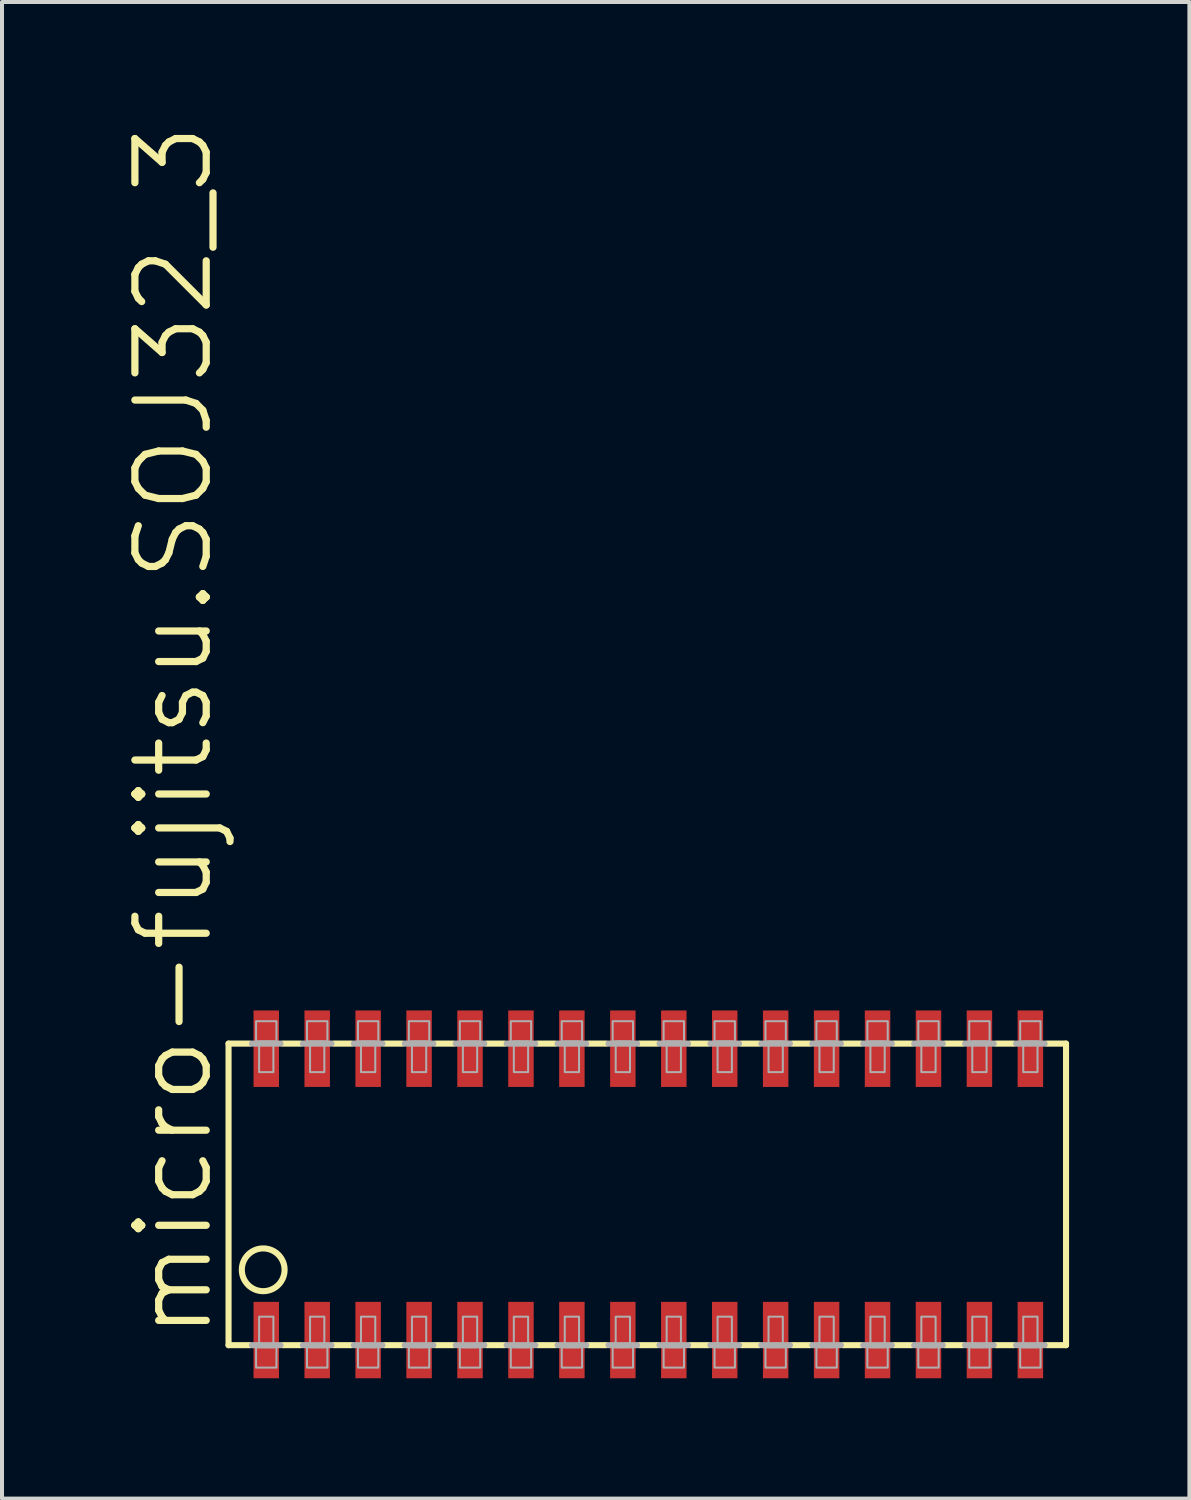
<source format=kicad_pcb>
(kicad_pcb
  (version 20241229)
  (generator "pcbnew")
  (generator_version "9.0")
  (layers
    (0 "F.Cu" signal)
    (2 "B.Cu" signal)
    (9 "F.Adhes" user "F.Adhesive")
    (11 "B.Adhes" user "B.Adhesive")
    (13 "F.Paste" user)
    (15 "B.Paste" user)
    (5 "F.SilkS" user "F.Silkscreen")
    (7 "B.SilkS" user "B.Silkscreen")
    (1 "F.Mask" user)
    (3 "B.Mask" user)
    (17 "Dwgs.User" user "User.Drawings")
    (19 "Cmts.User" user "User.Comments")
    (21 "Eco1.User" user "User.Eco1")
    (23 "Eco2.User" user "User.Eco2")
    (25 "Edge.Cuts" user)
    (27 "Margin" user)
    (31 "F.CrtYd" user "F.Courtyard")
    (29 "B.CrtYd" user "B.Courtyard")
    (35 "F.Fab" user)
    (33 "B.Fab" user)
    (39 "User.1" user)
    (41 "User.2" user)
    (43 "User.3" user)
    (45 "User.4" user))
  (footprint "micro-fujitsu.SOJ32_3"
    (layer "F.Cu")
    (at 13.113 26.727)
    (property "Reference" "micro-fujitsu.SOJ32_3" (at -10.795 3.683 90) (layer "F.SilkS") (effects (font (size 1.778 1.778) (thickness 0.18)) (justify left bottom)))
    (attr smd)
    (fp_line (start -10.465 -3.759) (end -10.465 3.759) (stroke (width 0.152) (type default)) (layer "F.SilkS"))
    (fp_line (start -10.465 -3.759) (end -9.931 -3.759) (stroke (width 0.152) (type default)) (layer "F.SilkS"))
    (fp_line (start -10.465 3.759) (end -9.931 3.759) (stroke (width 0.152) (type default)) (layer "F.SilkS"))
    (fp_line (start -9.119 -3.759) (end -8.661 -3.759) (stroke (width 0.152) (type default)) (layer "F.SilkS"))
    (fp_line (start -8.661 3.759) (end -9.119 3.759) (stroke (width 0.152) (type default)) (layer "F.SilkS"))
    (fp_line (start -7.849 -3.759) (end -7.391 -3.759) (stroke (width 0.152) (type default)) (layer "F.SilkS"))
    (fp_line (start -7.391 3.759) (end -7.849 3.759) (stroke (width 0.152) (type default)) (layer "F.SilkS"))
    (fp_line (start -6.579 -3.759) (end -6.121 -3.759) (stroke (width 0.152) (type default)) (layer "F.SilkS"))
    (fp_line (start -6.121 3.759) (end -6.579 3.759) (stroke (width 0.152) (type default)) (layer "F.SilkS"))
    (fp_line (start -5.309 -3.759) (end -4.851 -3.759) (stroke (width 0.152) (type default)) (layer "F.SilkS"))
    (fp_line (start -4.851 3.759) (end -5.309 3.759) (stroke (width 0.152) (type default)) (layer "F.SilkS"))
    (fp_line (start -4.039 -3.759) (end -3.581 -3.759) (stroke (width 0.152) (type default)) (layer "F.SilkS"))
    (fp_line (start -3.581 3.759) (end -4.039 3.759) (stroke (width 0.152) (type default)) (layer "F.SilkS"))
    (fp_line (start -2.769 -3.759) (end -2.311 -3.759) (stroke (width 0.152) (type default)) (layer "F.SilkS"))
    (fp_line (start -2.311 3.759) (end -2.769 3.759) (stroke (width 0.152) (type default)) (layer "F.SilkS"))
    (fp_line (start -1.499 -3.759) (end -1.041 -3.759) (stroke (width 0.152) (type default)) (layer "F.SilkS"))
    (fp_line (start -1.041 3.759) (end -1.499 3.759) (stroke (width 0.152) (type default)) (layer "F.SilkS"))
    (fp_line (start -0.229 -3.759) (end 0.229 -3.759) (stroke (width 0.152) (type default)) (layer "F.SilkS"))
    (fp_line (start 0.229 3.759) (end -0.229 3.759) (stroke (width 0.152) (type default)) (layer "F.SilkS"))
    (fp_line (start 1.041 -3.759) (end 1.499 -3.759) (stroke (width 0.152) (type default)) (layer "F.SilkS"))
    (fp_line (start 1.499 3.759) (end 1.041 3.759) (stroke (width 0.152) (type default)) (layer "F.SilkS"))
    (fp_line (start 2.311 -3.759) (end 2.769 -3.759) (stroke (width 0.152) (type default)) (layer "F.SilkS"))
    (fp_line (start 2.769 3.759) (end 2.311 3.759) (stroke (width 0.152) (type default)) (layer "F.SilkS"))
    (fp_line (start 3.581 -3.759) (end 4.039 -3.759) (stroke (width 0.152) (type default)) (layer "F.SilkS"))
    (fp_line (start 4.039 3.759) (end 3.581 3.759) (stroke (width 0.152) (type default)) (layer "F.SilkS"))
    (fp_line (start 4.851 -3.759) (end 5.309 -3.759) (stroke (width 0.152) (type default)) (layer "F.SilkS"))
    (fp_line (start 5.309 3.759) (end 4.851 3.759) (stroke (width 0.152) (type default)) (layer "F.SilkS"))
    (fp_line (start 6.121 -3.759) (end 6.579 -3.759) (stroke (width 0.152) (type default)) (layer "F.SilkS"))
    (fp_line (start 6.579 3.759) (end 6.121 3.759) (stroke (width 0.152) (type default)) (layer "F.SilkS"))
    (fp_line (start 7.391 -3.759) (end 7.849 -3.759) (stroke (width 0.152) (type default)) (layer "F.SilkS"))
    (fp_line (start 7.849 3.759) (end 7.391 3.759) (stroke (width 0.152) (type default)) (layer "F.SilkS"))
    (fp_line (start 8.661 -3.759) (end 9.119 -3.759) (stroke (width 0.152) (type default)) (layer "F.SilkS"))
    (fp_line (start 9.119 3.759) (end 8.661 3.759) (stroke (width 0.152) (type default)) (layer "F.SilkS"))
    (fp_line (start 10.414 -3.759) (end 9.931 -3.759) (stroke (width 0.152) (type default)) (layer "F.SilkS"))
    (fp_line (start 10.414 3.759) (end 9.931 3.759) (stroke (width 0.152) (type default)) (layer "F.SilkS"))
    (fp_line (start 10.414 3.759) (end 10.414 -3.759) (stroke (width 0.152) (type default)) (layer "F.SilkS"))
    (fp_circle (center -9.601 1.88) (end -9.068 1.88) (stroke (width 0.152) (type default)) (fill no) (layer "F.SilkS"))
    (fp_line (start -9.881 -3.759) (end -9.169 -3.759) (stroke (width 0.152) (type default)) (layer "F.Fab"))
    (fp_line (start -9.881 3.759) (end -9.169 3.759) (stroke (width 0.152) (type default)) (layer "F.Fab"))
    (fp_line (start -8.611 -3.759) (end -7.899 -3.759) (stroke (width 0.152) (type default)) (layer "F.Fab"))
    (fp_line (start -7.899 3.759) (end -8.611 3.759) (stroke (width 0.152) (type default)) (layer "F.Fab"))
    (fp_line (start -7.341 -3.759) (end -6.629 -3.759) (stroke (width 0.152) (type default)) (layer "F.Fab"))
    (fp_line (start -6.629 3.759) (end -7.341 3.759) (stroke (width 0.152) (type default)) (layer "F.Fab"))
    (fp_line (start -6.071 -3.759) (end -5.359 -3.759) (stroke (width 0.152) (type default)) (layer "F.Fab"))
    (fp_line (start -5.359 3.759) (end -6.071 3.759) (stroke (width 0.152) (type default)) (layer "F.Fab"))
    (fp_line (start -4.801 -3.759) (end -4.089 -3.759) (stroke (width 0.152) (type default)) (layer "F.Fab"))
    (fp_line (start -4.089 3.759) (end -4.801 3.759) (stroke (width 0.152) (type default)) (layer "F.Fab"))
    (fp_line (start -3.531 -3.759) (end -2.819 -3.759) (stroke (width 0.152) (type default)) (layer "F.Fab"))
    (fp_line (start -2.819 3.759) (end -3.531 3.759) (stroke (width 0.152) (type default)) (layer "F.Fab"))
    (fp_line (start -2.261 -3.759) (end -1.549 -3.759) (stroke (width 0.152) (type default)) (layer "F.Fab"))
    (fp_line (start -1.549 3.759) (end -2.261 3.759) (stroke (width 0.152) (type default)) (layer "F.Fab"))
    (fp_line (start -0.991 -3.759) (end -0.279 -3.759) (stroke (width 0.152) (type default)) (layer "F.Fab"))
    (fp_line (start -0.279 3.759) (end -0.991 3.759) (stroke (width 0.152) (type default)) (layer "F.Fab"))
    (fp_line (start 0.279 -3.759) (end 0.991 -3.759) (stroke (width 0.152) (type default)) (layer "F.Fab"))
    (fp_line (start 0.991 3.759) (end 0.279 3.759) (stroke (width 0.152) (type default)) (layer "F.Fab"))
    (fp_line (start 1.549 -3.759) (end 2.261 -3.759) (stroke (width 0.152) (type default)) (layer "F.Fab"))
    (fp_line (start 2.261 3.759) (end 1.549 3.759) (stroke (width 0.152) (type default)) (layer "F.Fab"))
    (fp_line (start 2.819 -3.759) (end 3.531 -3.759) (stroke (width 0.152) (type default)) (layer "F.Fab"))
    (fp_line (start 3.531 3.759) (end 2.819 3.759) (stroke (width 0.152) (type default)) (layer "F.Fab"))
    (fp_line (start 4.089 -3.759) (end 4.801 -3.759) (stroke (width 0.152) (type default)) (layer "F.Fab"))
    (fp_line (start 4.801 3.759) (end 4.089 3.759) (stroke (width 0.152) (type default)) (layer "F.Fab"))
    (fp_line (start 5.359 -3.759) (end 6.071 -3.759) (stroke (width 0.152) (type default)) (layer "F.Fab"))
    (fp_line (start 6.071 3.759) (end 5.359 3.759) (stroke (width 0.152) (type default)) (layer "F.Fab"))
    (fp_line (start 6.629 -3.759) (end 7.341 -3.759) (stroke (width 0.152) (type default)) (layer "F.Fab"))
    (fp_line (start 7.341 3.759) (end 6.629 3.759) (stroke (width 0.152) (type default)) (layer "F.Fab"))
    (fp_line (start 7.899 -3.759) (end 8.611 -3.759) (stroke (width 0.152) (type default)) (layer "F.Fab"))
    (fp_line (start 8.611 3.759) (end 7.899 3.759) (stroke (width 0.152) (type default)) (layer "F.Fab"))
    (fp_line (start 9.881 -3.759) (end 9.169 -3.759) (stroke (width 0.152) (type default)) (layer "F.Fab"))
    (fp_line (start 9.881 3.759) (end 9.169 3.759) (stroke (width 0.152) (type default)) (layer "F.Fab"))
    (fp_rect (start -9.779 -3.81) (end -9.271 -4.318) (stroke (width 0.05) (type default)) (fill no) (layer "F.Fab"))
    (fp_rect (start -9.779 4.318) (end -9.271 3.81) (stroke (width 0.05) (type default)) (fill no) (layer "F.Fab"))
    (fp_rect (start -9.703 -3.048) (end -9.347 -3.81) (stroke (width 0.05) (type default)) (fill no) (layer "F.Fab"))
    (fp_rect (start -9.703 3.81) (end -9.347 3.048) (stroke (width 0.05) (type default)) (fill no) (layer "F.Fab"))
    (fp_rect (start -8.509 -3.81) (end -8.001 -4.318) (stroke (width 0.05) (type default)) (fill no) (layer "F.Fab"))
    (fp_rect (start -8.509 4.318) (end -8.001 3.81) (stroke (width 0.05) (type default)) (fill no) (layer "F.Fab"))
    (fp_rect (start -8.433 -3.048) (end -8.077 -3.81) (stroke (width 0.05) (type default)) (fill no) (layer "F.Fab"))
    (fp_rect (start -8.433 3.81) (end -8.077 3.048) (stroke (width 0.05) (type default)) (fill no) (layer "F.Fab"))
    (fp_rect (start -7.239 -3.81) (end -6.731 -4.318) (stroke (width 0.05) (type default)) (fill no) (layer "F.Fab"))
    (fp_rect (start -7.239 4.318) (end -6.731 3.81) (stroke (width 0.05) (type default)) (fill no) (layer "F.Fab"))
    (fp_rect (start -7.163 -3.048) (end -6.807 -3.81) (stroke (width 0.05) (type default)) (fill no) (layer "F.Fab"))
    (fp_rect (start -7.163 3.81) (end -6.807 3.048) (stroke (width 0.05) (type default)) (fill no) (layer "F.Fab"))
    (fp_rect (start -5.969 -3.81) (end -5.461 -4.318) (stroke (width 0.05) (type default)) (fill no) (layer "F.Fab"))
    (fp_rect (start -5.969 4.318) (end -5.461 3.81) (stroke (width 0.05) (type default)) (fill no) (layer "F.Fab"))
    (fp_rect (start -5.893 -3.048) (end -5.537 -3.81) (stroke (width 0.05) (type default)) (fill no) (layer "F.Fab"))
    (fp_rect (start -5.893 3.81) (end -5.537 3.048) (stroke (width 0.05) (type default)) (fill no) (layer "F.Fab"))
    (fp_rect (start -4.699 -3.81) (end -4.191 -4.318) (stroke (width 0.05) (type default)) (fill no) (layer "F.Fab"))
    (fp_rect (start -4.699 4.318) (end -4.191 3.81) (stroke (width 0.05) (type default)) (fill no) (layer "F.Fab"))
    (fp_rect (start -4.623 -3.048) (end -4.267 -3.81) (stroke (width 0.05) (type default)) (fill no) (layer "F.Fab"))
    (fp_rect (start -4.623 3.81) (end -4.267 3.048) (stroke (width 0.05) (type default)) (fill no) (layer "F.Fab"))
    (fp_rect (start -3.429 -3.81) (end -2.921 -4.318) (stroke (width 0.05) (type default)) (fill no) (layer "F.Fab"))
    (fp_rect (start -3.429 4.318) (end -2.921 3.81) (stroke (width 0.05) (type default)) (fill no) (layer "F.Fab"))
    (fp_rect (start -3.353 -3.048) (end -2.997 -3.81) (stroke (width 0.05) (type default)) (fill no) (layer "F.Fab"))
    (fp_rect (start -3.353 3.81) (end -2.997 3.048) (stroke (width 0.05) (type default)) (fill no) (layer "F.Fab"))
    (fp_rect (start -2.159 -3.81) (end -1.651 -4.318) (stroke (width 0.05) (type default)) (fill no) (layer "F.Fab"))
    (fp_rect (start -2.159 4.318) (end -1.651 3.81) (stroke (width 0.05) (type default)) (fill no) (layer "F.Fab"))
    (fp_rect (start -2.083 -3.048) (end -1.727 -3.81) (stroke (width 0.05) (type default)) (fill no) (layer "F.Fab"))
    (fp_rect (start -2.083 3.81) (end -1.727 3.048) (stroke (width 0.05) (type default)) (fill no) (layer "F.Fab"))
    (fp_rect (start -0.889 -3.81) (end -0.381 -4.318) (stroke (width 0.05) (type default)) (fill no) (layer "F.Fab"))
    (fp_rect (start -0.889 4.318) (end -0.381 3.81) (stroke (width 0.05) (type default)) (fill no) (layer "F.Fab"))
    (fp_rect (start -0.813 -3.048) (end -0.457 -3.81) (stroke (width 0.05) (type default)) (fill no) (layer "F.Fab"))
    (fp_rect (start -0.813 3.81) (end -0.457 3.048) (stroke (width 0.05) (type default)) (fill no) (layer "F.Fab"))
    (fp_rect (start 0.381 -3.81) (end 0.889 -4.318) (stroke (width 0.05) (type default)) (fill no) (layer "F.Fab"))
    (fp_rect (start 0.381 4.318) (end 0.889 3.81) (stroke (width 0.05) (type default)) (fill no) (layer "F.Fab"))
    (fp_rect (start 0.457 -3.048) (end 0.813 -3.81) (stroke (width 0.05) (type default)) (fill no) (layer "F.Fab"))
    (fp_rect (start 0.457 3.81) (end 0.813 3.048) (stroke (width 0.05) (type default)) (fill no) (layer "F.Fab"))
    (fp_rect (start 1.651 -3.81) (end 2.159 -4.318) (stroke (width 0.05) (type default)) (fill no) (layer "F.Fab"))
    (fp_rect (start 1.651 4.318) (end 2.159 3.81) (stroke (width 0.05) (type default)) (fill no) (layer "F.Fab"))
    (fp_rect (start 1.727 -3.048) (end 2.083 -3.81) (stroke (width 0.05) (type default)) (fill no) (layer "F.Fab"))
    (fp_rect (start 1.727 3.81) (end 2.083 3.048) (stroke (width 0.05) (type default)) (fill no) (layer "F.Fab"))
    (fp_rect (start 2.921 -3.81) (end 3.429 -4.318) (stroke (width 0.05) (type default)) (fill no) (layer "F.Fab"))
    (fp_rect (start 2.921 4.318) (end 3.429 3.81) (stroke (width 0.05) (type default)) (fill no) (layer "F.Fab"))
    (fp_rect (start 2.997 -3.048) (end 3.353 -3.81) (stroke (width 0.05) (type default)) (fill no) (layer "F.Fab"))
    (fp_rect (start 2.997 3.81) (end 3.353 3.048) (stroke (width 0.05) (type default)) (fill no) (layer "F.Fab"))
    (fp_rect (start 4.191 -3.81) (end 4.699 -4.318) (stroke (width 0.05) (type default)) (fill no) (layer "F.Fab"))
    (fp_rect (start 4.191 4.318) (end 4.699 3.81) (stroke (width 0.05) (type default)) (fill no) (layer "F.Fab"))
    (fp_rect (start 4.267 -3.048) (end 4.623 -3.81) (stroke (width 0.05) (type default)) (fill no) (layer "F.Fab"))
    (fp_rect (start 4.267 3.81) (end 4.623 3.048) (stroke (width 0.05) (type default)) (fill no) (layer "F.Fab"))
    (fp_rect (start 5.461 -3.81) (end 5.969 -4.318) (stroke (width 0.05) (type default)) (fill no) (layer "F.Fab"))
    (fp_rect (start 5.461 4.318) (end 5.969 3.81) (stroke (width 0.05) (type default)) (fill no) (layer "F.Fab"))
    (fp_rect (start 5.537 -3.048) (end 5.893 -3.81) (stroke (width 0.05) (type default)) (fill no) (layer "F.Fab"))
    (fp_rect (start 5.537 3.81) (end 5.893 3.048) (stroke (width 0.05) (type default)) (fill no) (layer "F.Fab"))
    (fp_rect (start 6.731 -3.81) (end 7.239 -4.318) (stroke (width 0.05) (type default)) (fill no) (layer "F.Fab"))
    (fp_rect (start 6.731 4.318) (end 7.239 3.81) (stroke (width 0.05) (type default)) (fill no) (layer "F.Fab"))
    (fp_rect (start 6.807 -3.048) (end 7.163 -3.81) (stroke (width 0.05) (type default)) (fill no) (layer "F.Fab"))
    (fp_rect (start 6.807 3.81) (end 7.163 3.048) (stroke (width 0.05) (type default)) (fill no) (layer "F.Fab"))
    (fp_rect (start 8.001 -3.81) (end 8.509 -4.318) (stroke (width 0.05) (type default)) (fill no) (layer "F.Fab"))
    (fp_rect (start 8.001 4.318) (end 8.509 3.81) (stroke (width 0.05) (type default)) (fill no) (layer "F.Fab"))
    (fp_rect (start 8.077 -3.048) (end 8.433 -3.81) (stroke (width 0.05) (type default)) (fill no) (layer "F.Fab"))
    (fp_rect (start 8.077 3.81) (end 8.433 3.048) (stroke (width 0.05) (type default)) (fill no) (layer "F.Fab"))
    (fp_rect (start 9.271 -3.81) (end 9.779 -4.318) (stroke (width 0.05) (type default)) (fill no) (layer "F.Fab"))
    (fp_rect (start 9.271 4.318) (end 9.779 3.81) (stroke (width 0.05) (type default)) (fill no) (layer "F.Fab"))
    (fp_rect (start 9.347 -3.048) (end 9.703 -3.81) (stroke (width 0.05) (type default)) (fill no) (layer "F.Fab"))
    (fp_rect (start 9.347 3.81) (end 9.703 3.048) (stroke (width 0.05) (type default)) (fill no) (layer "F.Fab"))
    (pad "1" smd roundrect (at -9.525 3.632) (size 0.635 1.905) (layers "F.Cu" "F.Mask" "F.Paste") (roundrect_rratio 0.01))
    (pad "2" smd roundrect (at -8.255 3.632) (size 0.635 1.905) (layers "F.Cu" "F.Mask" "F.Paste") (roundrect_rratio 0.01))
    (pad "3" smd roundrect (at -6.985 3.632) (size 0.635 1.905) (layers "F.Cu" "F.Mask" "F.Paste") (roundrect_rratio 0.01))
    (pad "4" smd roundrect (at -5.715 3.632) (size 0.635 1.905) (layers "F.Cu" "F.Mask" "F.Paste") (roundrect_rratio 0.01))
    (pad "5" smd roundrect (at -4.445 3.632) (size 0.635 1.905) (layers "F.Cu" "F.Mask" "F.Paste") (roundrect_rratio 0.01))
    (pad "6" smd roundrect (at -3.175 3.632) (size 0.635 1.905) (layers "F.Cu" "F.Mask" "F.Paste") (roundrect_rratio 0.01))
    (pad "7" smd roundrect (at -1.905 3.632) (size 0.635 1.905) (layers "F.Cu" "F.Mask" "F.Paste") (roundrect_rratio 0.01))
    (pad "8" smd roundrect (at -0.635 3.632) (size 0.635 1.905) (layers "F.Cu" "F.Mask" "F.Paste") (roundrect_rratio 0.01))
    (pad "9" smd roundrect (at 0.635 3.632) (size 0.635 1.905) (layers "F.Cu" "F.Mask" "F.Paste") (roundrect_rratio 0.01))
    (pad "10" smd roundrect (at 1.905 3.632) (size 0.635 1.905) (layers "F.Cu" "F.Mask" "F.Paste") (roundrect_rratio 0.01))
    (pad "11" smd roundrect (at 3.175 3.632) (size 0.635 1.905) (layers "F.Cu" "F.Mask" "F.Paste") (roundrect_rratio 0.01))
    (pad "12" smd roundrect (at 4.445 3.632) (size 0.635 1.905) (layers "F.Cu" "F.Mask" "F.Paste") (roundrect_rratio 0.01))
    (pad "13" smd roundrect (at 5.715 3.632) (size 0.635 1.905) (layers "F.Cu" "F.Mask" "F.Paste") (roundrect_rratio 0.01))
    (pad "14" smd roundrect (at 6.985 3.632) (size 0.635 1.905) (layers "F.Cu" "F.Mask" "F.Paste") (roundrect_rratio 0.01))
    (pad "15" smd roundrect (at 8.255 3.632) (size 0.635 1.905) (layers "F.Cu" "F.Mask" "F.Paste") (roundrect_rratio 0.01))
    (pad "16" smd roundrect (at 9.525 3.632) (size 0.635 1.905) (layers "F.Cu" "F.Mask" "F.Paste") (roundrect_rratio 0.01))
    (pad "17" smd roundrect (at 9.525 -3.632) (size 0.635 1.905) (layers "F.Cu" "F.Mask" "F.Paste") (roundrect_rratio 0.01))
    (pad "18" smd roundrect (at 8.255 -3.632) (size 0.635 1.905) (layers "F.Cu" "F.Mask" "F.Paste") (roundrect_rratio 0.01))
    (pad "19" smd roundrect (at 6.985 -3.632) (size 0.635 1.905) (layers "F.Cu" "F.Mask" "F.Paste") (roundrect_rratio 0.01))
    (pad "20" smd roundrect (at 5.715 -3.632) (size 0.635 1.905) (layers "F.Cu" "F.Mask" "F.Paste") (roundrect_rratio 0.01))
    (pad "21" smd roundrect (at 4.445 -3.632) (size 0.635 1.905) (layers "F.Cu" "F.Mask" "F.Paste") (roundrect_rratio 0.01))
    (pad "22" smd roundrect (at 3.175 -3.632) (size 0.635 1.905) (layers "F.Cu" "F.Mask" "F.Paste") (roundrect_rratio 0.01))
    (pad "23" smd roundrect (at 1.905 -3.632) (size 0.635 1.905) (layers "F.Cu" "F.Mask" "F.Paste") (roundrect_rratio 0.01))
    (pad "24" smd roundrect (at 0.635 -3.632) (size 0.635 1.905) (layers "F.Cu" "F.Mask" "F.Paste") (roundrect_rratio 0.01))
    (pad "25" smd roundrect (at -0.635 -3.632) (size 0.635 1.905) (layers "F.Cu" "F.Mask" "F.Paste") (roundrect_rratio 0.01))
    (pad "26" smd roundrect (at -1.905 -3.632) (size 0.635 1.905) (layers "F.Cu" "F.Mask" "F.Paste") (roundrect_rratio 0.01))
    (pad "27" smd roundrect (at -3.175 -3.632) (size 0.635 1.905) (layers "F.Cu" "F.Mask" "F.Paste") (roundrect_rratio 0.01))
    (pad "28" smd roundrect (at -4.445 -3.632) (size 0.635 1.905) (layers "F.Cu" "F.Mask" "F.Paste") (roundrect_rratio 0.01))
    (pad "29" smd roundrect (at -5.715 -3.632) (size 0.635 1.905) (layers "F.Cu" "F.Mask" "F.Paste") (roundrect_rratio 0.01))
    (pad "30" smd roundrect (at -6.985 -3.632) (size 0.635 1.905) (layers "F.Cu" "F.Mask" "F.Paste") (roundrect_rratio 0.01))
    (pad "31" smd roundrect (at -8.255 -3.632) (size 0.635 1.905) (layers "F.Cu" "F.Mask" "F.Paste") (roundrect_rratio 0.01))
    (pad "32" smd roundrect (at -9.525 -3.632) (size 0.635 1.905) (layers "F.Cu" "F.Mask" "F.Paste") (roundrect_rratio 0.01)))
  (gr_rect
    (start -3 -3)
    (end 26.603 34.312)
    (stroke (width 0.1) (type default))
    (fill no)
    (layer "Edge.Cuts")))
</source>
